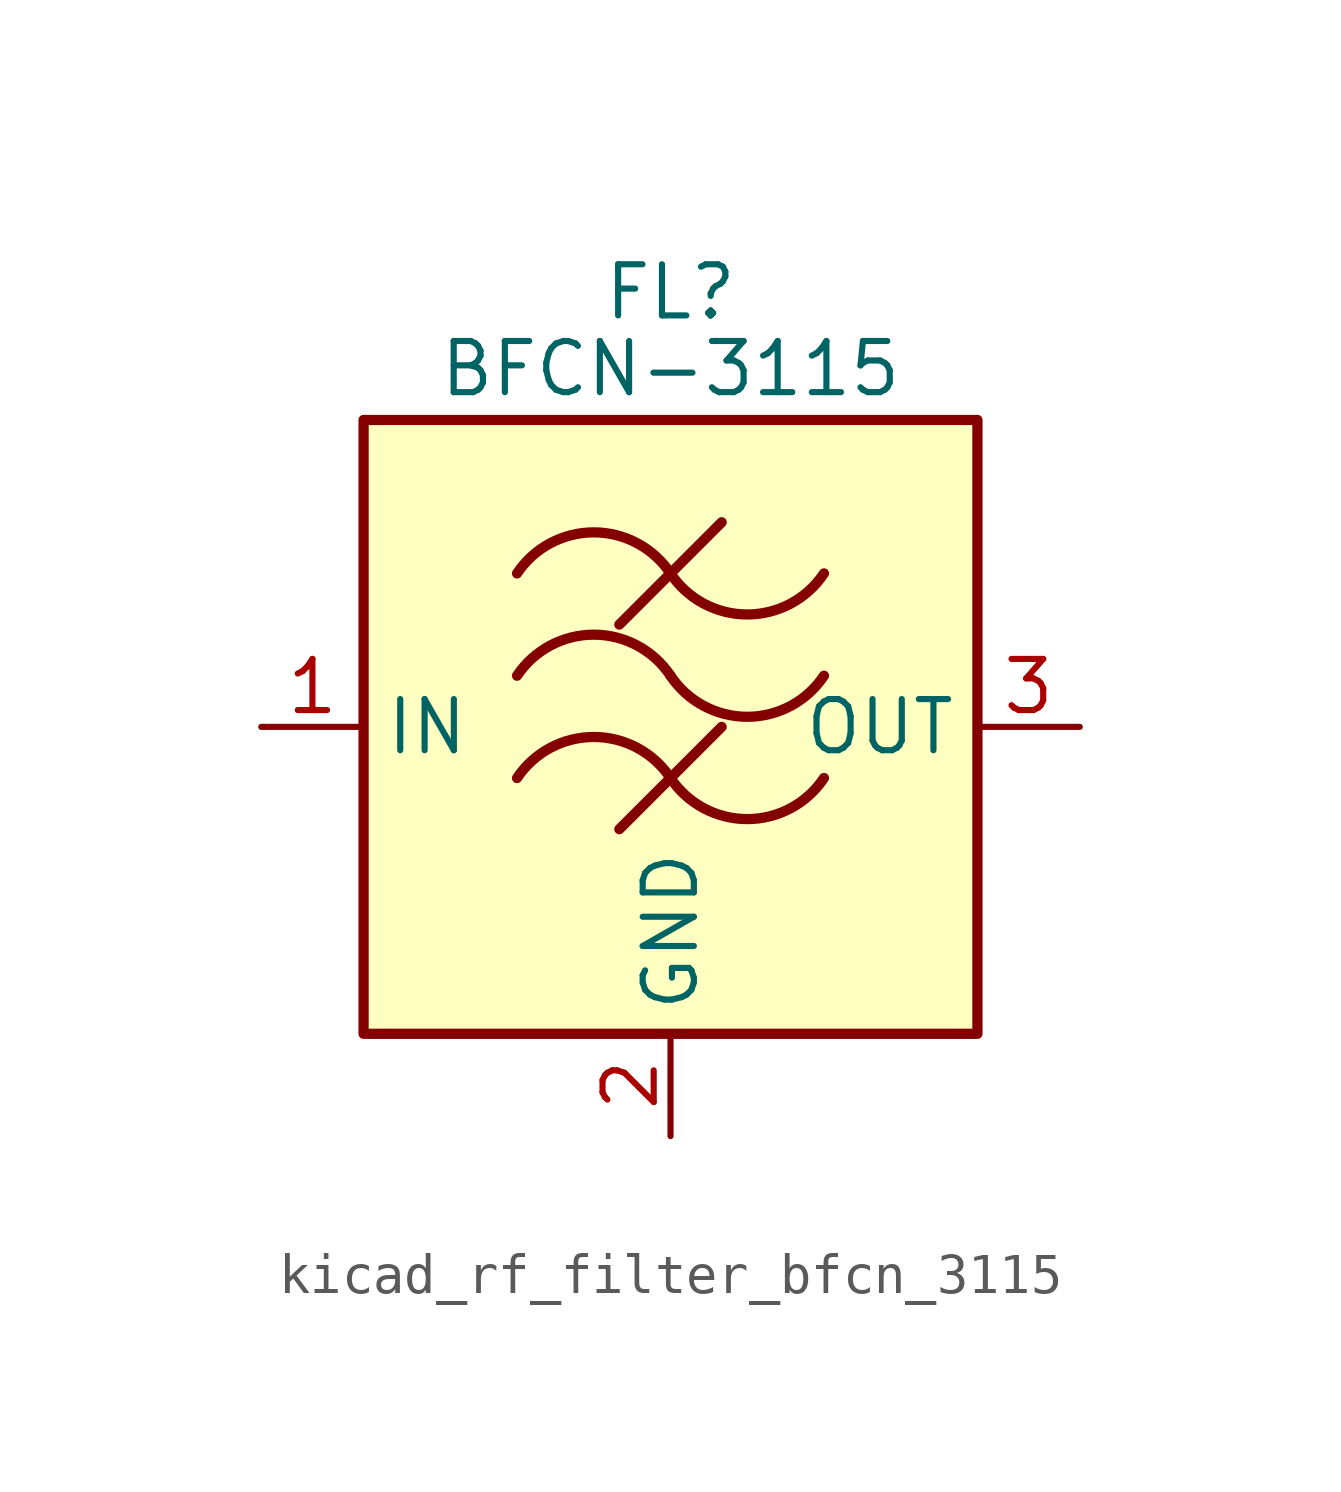
<source format=kicad_sym>
(kicad_symbol_lib
  (version 20220914)
  (generator kicad_symbol_editor)
  (symbol "kicad_rf_filter_bfcn_3115"
    (property "Reference" "FL"
      (at 0 10.795 0)
      (effects (font (size 1.27 1.27))))
    (property "Value" "BFCN-3115"
      (at 0 8.89 0)
      (effects (font (size 1.27 1.27))))
    (symbol "kicad_rf_filter_bfcn_3115_0_1"
      (rectangle (start -7.62 7.62) (end 7.62 -7.62) (stroke (width 0.254) (type default)) (fill (type background)))
      (arc (start 0 -1.27) (mid -1.905 -0.2505) (end -3.81 -1.27) (stroke (width 0.254) (type default)) (fill (type none)))
      (arc (start 0 -1.27) (mid 1.905 -2.2895) (end 3.81 -1.27) (stroke (width 0.254) (type default)) (fill (type none)))
      (polyline (pts (xy -1.27 -2.54) (xy 1.27 0)) (stroke (width 0.254) (type default)) (fill (type none)))
      (polyline (pts (xy -1.27 2.54) (xy 1.27 5.08)) (stroke (width 0.254) (type default)) (fill (type none)))
      (arc (start 0 1.27) (mid -1.905 2.2895) (end -3.81 1.27) (stroke (width 0.254) (type default)) (fill (type none)))
      (arc (start 0 1.27) (mid 1.905 0.2505) (end 3.81 1.27) (stroke (width 0.254) (type default)) (fill (type none)))
      (arc (start 0 3.81) (mid -1.905 4.8295) (end -3.81 3.81) (stroke (width 0.254) (type default)) (fill (type none)))
      (arc (start 0 3.81) (mid 1.905 2.7905) (end 3.81 3.81) (stroke (width 0.254) (type default)) (fill (type none))))
    (symbol "kicad_rf_filter_bfcn_3115_1_1"
      (pin passive line (at -10.16 0 0) (length 2.54) (name "IN" (effects (font (size 1.27 1.27)))) (number "1" (effects (font (size 1.27 1.27)))))
      (pin passive line (at 0 -10.16 90) (length 2.54) (name "GND" (effects (font (size 1.27 1.27)))) (number "2" (effects (font (size 1.27 1.27)))))
      (pin passive line (at 10.16 0 180) (length 2.54) (name "OUT" (effects (font (size 1.27 1.27)))) (number "3" (effects (font (size 1.27 1.27)))))
      (pin passive line (at 0 -10.16 90) (length 2.54) hide (name "GND" (effects (font (size 1.27 1.27)))) (number "4" (effects (font (size 1.27 1.27))))))))
</source>
